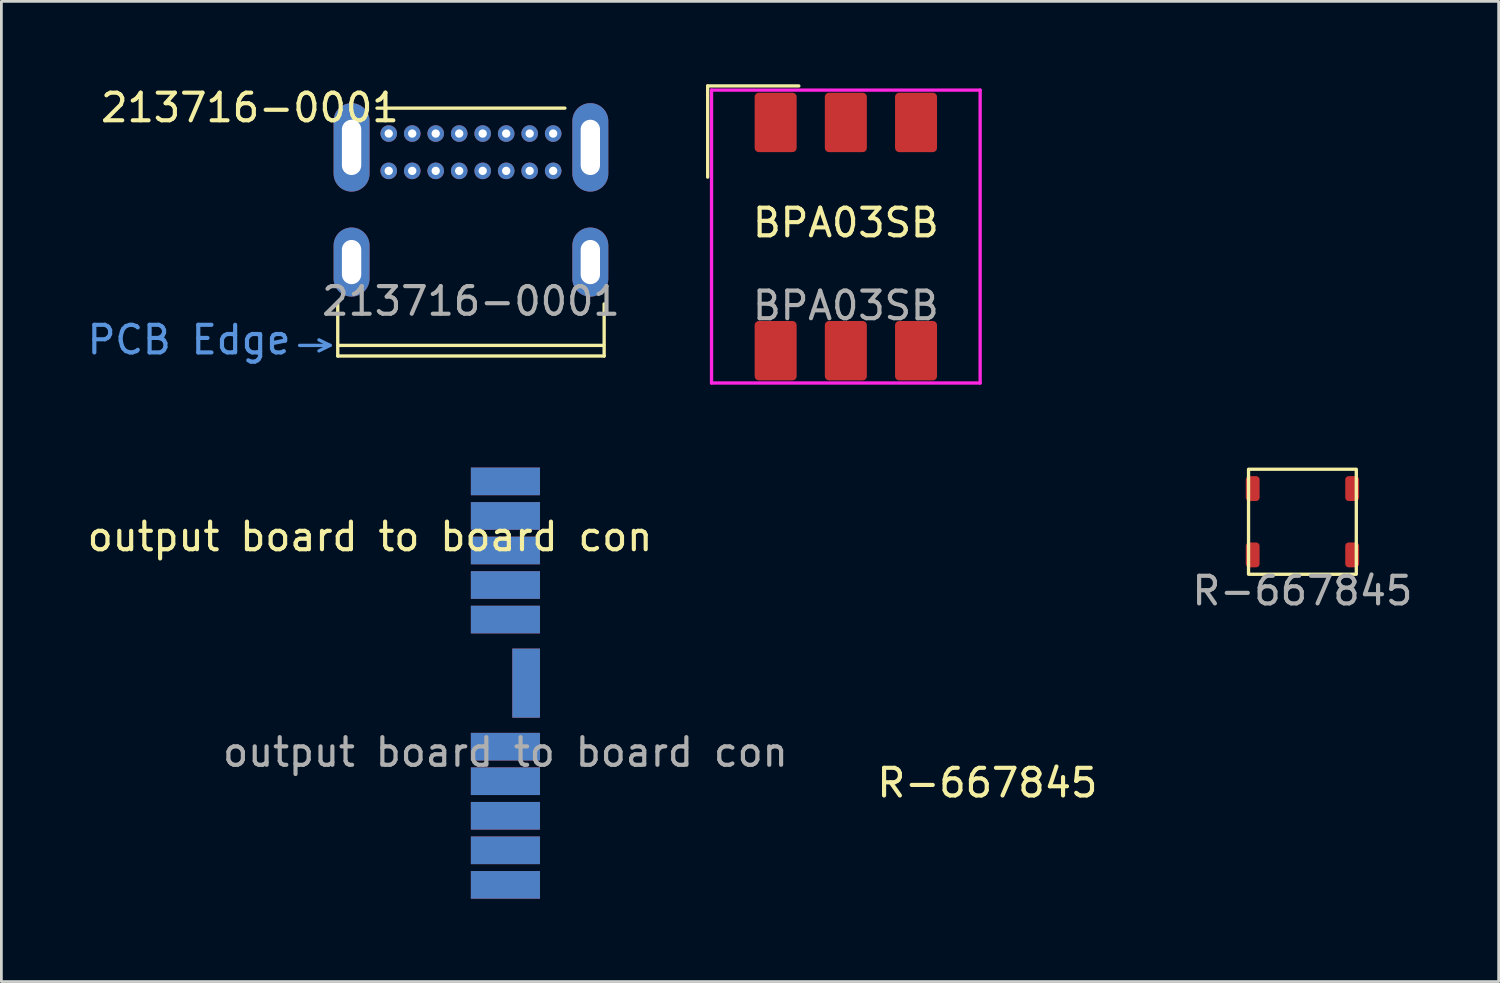
<source format=kicad_pcb>
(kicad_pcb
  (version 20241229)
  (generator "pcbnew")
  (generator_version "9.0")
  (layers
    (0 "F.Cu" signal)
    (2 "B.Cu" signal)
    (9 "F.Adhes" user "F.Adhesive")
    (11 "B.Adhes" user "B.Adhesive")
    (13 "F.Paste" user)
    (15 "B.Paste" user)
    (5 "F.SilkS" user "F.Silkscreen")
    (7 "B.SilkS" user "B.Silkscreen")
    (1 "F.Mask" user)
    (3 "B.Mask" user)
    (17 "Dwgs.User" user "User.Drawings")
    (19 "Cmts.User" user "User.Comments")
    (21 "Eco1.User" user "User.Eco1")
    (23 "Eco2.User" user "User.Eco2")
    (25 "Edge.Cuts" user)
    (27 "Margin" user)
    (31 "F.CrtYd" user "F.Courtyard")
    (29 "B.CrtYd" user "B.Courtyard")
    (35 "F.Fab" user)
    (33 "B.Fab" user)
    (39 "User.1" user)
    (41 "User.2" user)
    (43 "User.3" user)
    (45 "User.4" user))
  (footprint "BPA03SB"
    (layer "F.Cu")
    (at 27.558 5.51)
    (property "Reference" "BPA03SB" (at 0 -0.5 0) (unlocked yes) (layer "F.SilkS") (effects (font (size 1 1) (thickness 0.15))))
    (attr smd)
    (fp_line (start -5 -5.45) (end -1.7 -5.45) (stroke (width 0.12) (type solid)) (layer "F.SilkS"))
    (fp_line (start -5 -2.15) (end -5 -5.45) (stroke (width 0.12) (type solid)) (layer "F.SilkS"))
    (fp_line (start -4.86 -5.3) (end -4.86 5.3) (stroke (width 0.12) (type solid)) (layer "F.CrtYd"))
    (fp_line (start -4.86 -5.3) (end 4.86 -5.3) (stroke (width 0.12) (type solid)) (layer "F.CrtYd"))
    (fp_line (start 4.86 -5.3) (end 4.86 5.3) (stroke (width 0.12) (type solid)) (layer "F.CrtYd"))
    (fp_line (start 4.86 5.3) (end -4.86 5.3) (stroke (width 0.12) (type solid)) (layer "F.CrtYd"))
    (fp_text user "${REFERENCE}" (at 0 2.5 0) (unlocked yes) (layer "F.Fab") (effects (font (size 1 1) (thickness 0.15))))
    (pad "1" smd roundrect (at -2.54 -4.13) (size 1.52 2.15) (layers "F.Cu" "F.Mask" "F.Paste") (roundrect_rratio 0.1))
    (pad "2" smd roundrect (at 0 -4.13) (size 1.52 2.15) (layers "F.Cu" "F.Mask" "F.Paste") (roundrect_rratio 0.1))
    (pad "3" smd roundrect (at 2.54 -4.13) (size 1.52 2.15) (layers "F.Cu" "F.Mask" "F.Paste") (roundrect_rratio 0.1))
    (pad "4" smd roundrect (at 2.54 4.13) (size 1.52 2.15) (layers "F.Cu" "F.Mask" "F.Paste") (roundrect_rratio 0.1))
    (pad "5" smd roundrect (at 0 4.13) (size 1.52 2.15) (layers "F.Cu" "F.Mask" "F.Paste") (roundrect_rratio 0.1))
    (pad "6" smd roundrect (at -2.54 4.13) (size 1.52 2.15) (layers "F.Cu" "F.Mask" "F.Paste") (roundrect_rratio 0.1)))
  (footprint "213716-0001"
    (layer "F.Cu")
    (at 13.992 5.348)
    (property "Reference" "213716-0001" (at -8 -4.5 0) (unlocked yes) (layer "F.SilkS") (effects (font (size 1 1) (thickness 0.15))))
    (attr through_hole)
    (fp_line (start -4.82 4.485) (end -4.82 2.6) (stroke (width 0.12) (type solid)) (layer "F.SilkS"))
    (fp_line (start -4.8 4.1) (end 4.8 4.1) (stroke (width 0.12) (type solid)) (layer "F.SilkS"))
    (fp_line (start -3.4 -4.485) (end 3.4 -4.485) (stroke (width 0.12) (type solid)) (layer "F.SilkS"))
    (fp_line (start 4.82 2.6) (end 4.82 4.485) (stroke (width 0.12) (type solid)) (layer "F.SilkS"))
    (fp_line (start 4.82 4.485) (end -4.82 4.485) (stroke (width 0.12) (type solid)) (layer "F.SilkS"))
    (fp_line (start -6.2 4.1) (end -5.1 4.1) (stroke (width 0.12) (type solid)) (layer "Cmts.User"))
    (fp_line (start -5.5 4.3) (end -5.1 4.1) (stroke (width 0.12) (type solid)) (layer "Cmts.User"))
    (fp_line (start -5.1 4.1) (end -5.5 3.9) (stroke (width 0.12) (type solid)) (layer "Cmts.User"))
    (fp_text user "PCB Edge" (at -10.2 3.9 0) (unlocked yes) (layer "Cmts.User") (effects (font (size 1 1) (thickness 0.15))))
    (fp_text user "${REFERENCE}" (at 0 2.5 0) (unlocked yes) (layer "F.Fab") (effects (font (size 1 1) (thickness 0.15))))
    (pad "A1" thru_hole circle (at -2.975 -3.565) (size 0.6 0.6) (drill 0.3) (layers "*.Cu" "*.Mask"))
    (pad "A4" thru_hole circle (at -2.125 -3.565) (size 0.6 0.6) (drill 0.3) (layers "*.Cu" "*.Mask"))
    (pad "A5" thru_hole circle (at -1.275 -3.565) (size 0.6 0.6) (drill 0.3) (layers "*.Cu" "*.Mask"))
    (pad "A6" thru_hole circle (at -0.425 -3.565) (size 0.6 0.6) (drill 0.3) (layers "*.Cu" "*.Mask"))
    (pad "A7" thru_hole circle (at 0.425 -3.565) (size 0.6 0.6) (drill 0.3) (layers "*.Cu" "*.Mask"))
    (pad "A8" thru_hole circle (at 1.275 -3.565) (size 0.6 0.6) (drill 0.3) (layers "*.Cu" "*.Mask"))
    (pad "A9" thru_hole circle (at 2.125 -3.565) (size 0.6 0.6) (drill 0.3) (layers "*.Cu" "*.Mask"))
    (pad "A12" thru_hole circle (at 2.975 -3.565) (size 0.6 0.6) (drill 0.3) (layers "*.Cu" "*.Mask"))
    (pad "B1" thru_hole circle (at 2.975 -2.215) (size 0.6 0.6) (drill 0.3) (layers "*.Cu" "*.Mask"))
    (pad "B4" thru_hole circle (at 2.125 -2.215) (size 0.6 0.6) (drill 0.3) (layers "*.Cu" "*.Mask"))
    (pad "B5" thru_hole circle (at 1.275 -2.215) (size 0.6 0.6) (drill 0.3) (layers "*.Cu" "*.Mask"))
    (pad "B6" thru_hole circle (at 0.425 -2.215) (size 0.6 0.6) (drill 0.3) (layers "*.Cu" "*.Mask"))
    (pad "B7" thru_hole circle (at -0.425 -2.215) (size 0.6 0.6) (drill 0.3) (layers "*.Cu" "*.Mask"))
    (pad "B8" thru_hole circle (at -1.275 -2.215) (size 0.6 0.6) (drill 0.3) (layers "*.Cu" "*.Mask"))
    (pad "B9" thru_hole circle (at -2.125 -2.215) (size 0.6 0.6) (drill 0.3) (layers "*.Cu" "*.Mask"))
    (pad "B12" thru_hole circle (at -2.975 -2.215) (size 0.6 0.6) (drill 0.3) (layers "*.Cu" "*.Mask"))
    (pad "S1" thru_hole oval (at -4.32 -3.065) (size 1.3 3.2) (drill oval 0.7 2) (layers "*.Cu" "*.Mask"))
    (pad "S1" thru_hole oval (at -4.32 1.085) (size 1.3 2.5) (drill oval 0.7 1.6) (layers "*.Cu" "*.Mask"))
    (pad "S1" thru_hole oval (at 4.32 -3.065) (size 1.3 3.2) (drill oval 0.7 2) (layers "*.Cu" "*.Mask"))
    (pad "S1" thru_hole oval (at 4.32 1.085) (size 1.3 2.5) (drill oval 0.7 1.6) (layers "*.Cu" "*.Mask")))
  (footprint "output board to board con"
    (layer "F.Cu")
    (at 15.239 21.67)
    (property "Reference" "output board to board con" (at -4.9 -5.3 0) (unlocked yes) (layer "F.SilkS") (effects (font (size 1 1) (thickness 0.15))))
    (attr through_hole)
    (fp_text user "${REFERENCE}" (at 0 2.5 0) (unlocked yes) (layer "F.Fab") (effects (font (size 1 1) (thickness 0.15))))
    (pad "1" smd rect (at 0 -7.3) (size 2.5 1) (layers "F.Cu" "F.Mask" "F.Paste"))
    (pad "1" smd rect (at 0 -7.3) (size 2.5 1) (layers "B.Cu" "B.Mask" "B.Paste"))
    (pad "2" smd rect (at 0 -6.05) (size 2.5 1) (layers "F.Cu" "F.Mask" "F.Paste"))
    (pad "2" smd rect (at 0 -6.05) (size 2.5 1) (layers "B.Cu" "B.Mask" "B.Paste"))
    (pad "3" smd rect (at 0 -4.8) (size 2.5 1) (layers "F.Cu" "F.Mask" "F.Paste"))
    (pad "3" smd rect (at 0 -4.8) (size 2.5 1) (layers "B.Cu" "B.Mask" "B.Paste"))
    (pad "4" smd rect (at 0 -3.55) (size 2.5 1) (layers "F.Cu" "F.Mask" "F.Paste"))
    (pad "4" smd rect (at 0 -3.55) (size 2.5 1) (layers "B.Cu" "B.Mask" "B.Paste"))
    (pad "5" smd rect (at 0 -2.3) (size 2.5 1) (layers "F.Cu" "F.Mask" "F.Paste"))
    (pad "5" smd rect (at 0 -2.3) (size 2.5 1) (layers "B.Cu" "B.Mask" "B.Paste"))
    (pad "6" smd rect (at 0.75 0) (size 1 2.5) (layers "F.Cu" "F.Mask" "F.Paste"))
    (pad "6" smd rect (at 0.75 0) (size 1 2.5) (layers "B.Cu" "B.Mask" "B.Paste"))
    (pad "7" smd rect (at 0 2.3) (size 2.5 1) (layers "F.Cu" "F.Mask" "F.Paste"))
    (pad "7" smd rect (at 0 2.3) (size 2.5 1) (layers "B.Cu" "B.Mask" "B.Paste"))
    (pad "8" smd rect (at 0 3.55) (size 2.5 1) (layers "F.Cu" "F.Mask" "F.Paste"))
    (pad "8" smd rect (at 0 3.55) (size 2.5 1) (layers "B.Cu" "B.Mask" "B.Paste"))
    (pad "9" smd rect (at 0 4.8) (size 2.5 1) (layers "F.Cu" "F.Mask" "F.Paste"))
    (pad "9" smd rect (at 0 4.8) (size 2.5 1) (layers "B.Cu" "B.Mask" "B.Paste"))
    (pad "10" smd rect (at 0 6.05) (size 2.5 1) (layers "F.Cu" "F.Mask" "F.Paste"))
    (pad "10" smd rect (at 0 6.05) (size 2.5 1) (layers "B.Cu" "B.Mask" "B.Paste"))
    (pad "11" smd rect (at 0 7.3) (size 2.5 1) (layers "F.Cu" "F.Mask" "F.Paste"))
    (pad "11" smd rect (at 0 7.3) (size 2.5 1) (layers "B.Cu" "B.Mask" "B.Paste")))
  (footprint "R-667845"
    (layer "F.Cu")
    (at 44.08 15.83)
    (property "Reference" "R-667845" (at -11.4 9.45 0) (unlocked yes) (layer "F.SilkS") (effects (font (size 1 1) (thickness 0.15))))
    (attr smd)
    (fp_rect (start 1.95 -1.9) (end -1.95 1.9) (stroke (width 0.12) (type solid)) (fill no) (layer "F.SilkS"))
    (fp_text user "${REFERENCE}" (at 0 2.5 0) (unlocked yes) (layer "F.Fab") (effects (font (size 1 1) (thickness 0.15))))
    (pad "1" smd roundrect (at -1.8 -1.2 180) (size 0.5 0.9) (layers "F.Cu" "F.Mask" "F.Paste") (roundrect_rratio 0.25))
    (pad "1" smd roundrect (at -1.8 1.2 180) (size 0.5 0.9) (layers "F.Cu" "F.Mask" "F.Paste") (roundrect_rratio 0.25))
    (pad "2" smd roundrect (at 1.8 -1.2 180) (size 0.5 0.9) (layers "F.Cu" "F.Mask" "F.Paste") (roundrect_rratio 0.25))
    (pad "2" smd roundrect (at 1.8 1.2 180) (size 0.5 0.9) (layers "F.Cu" "F.Mask" "F.Paste") (roundrect_rratio 0.25)))
  (gr_rect
    (start -3 -3)
    (end 51.181 32.47)
    (stroke (width 0.1) (type default))
    (fill no)
    (layer "Edge.Cuts")))
</source>
